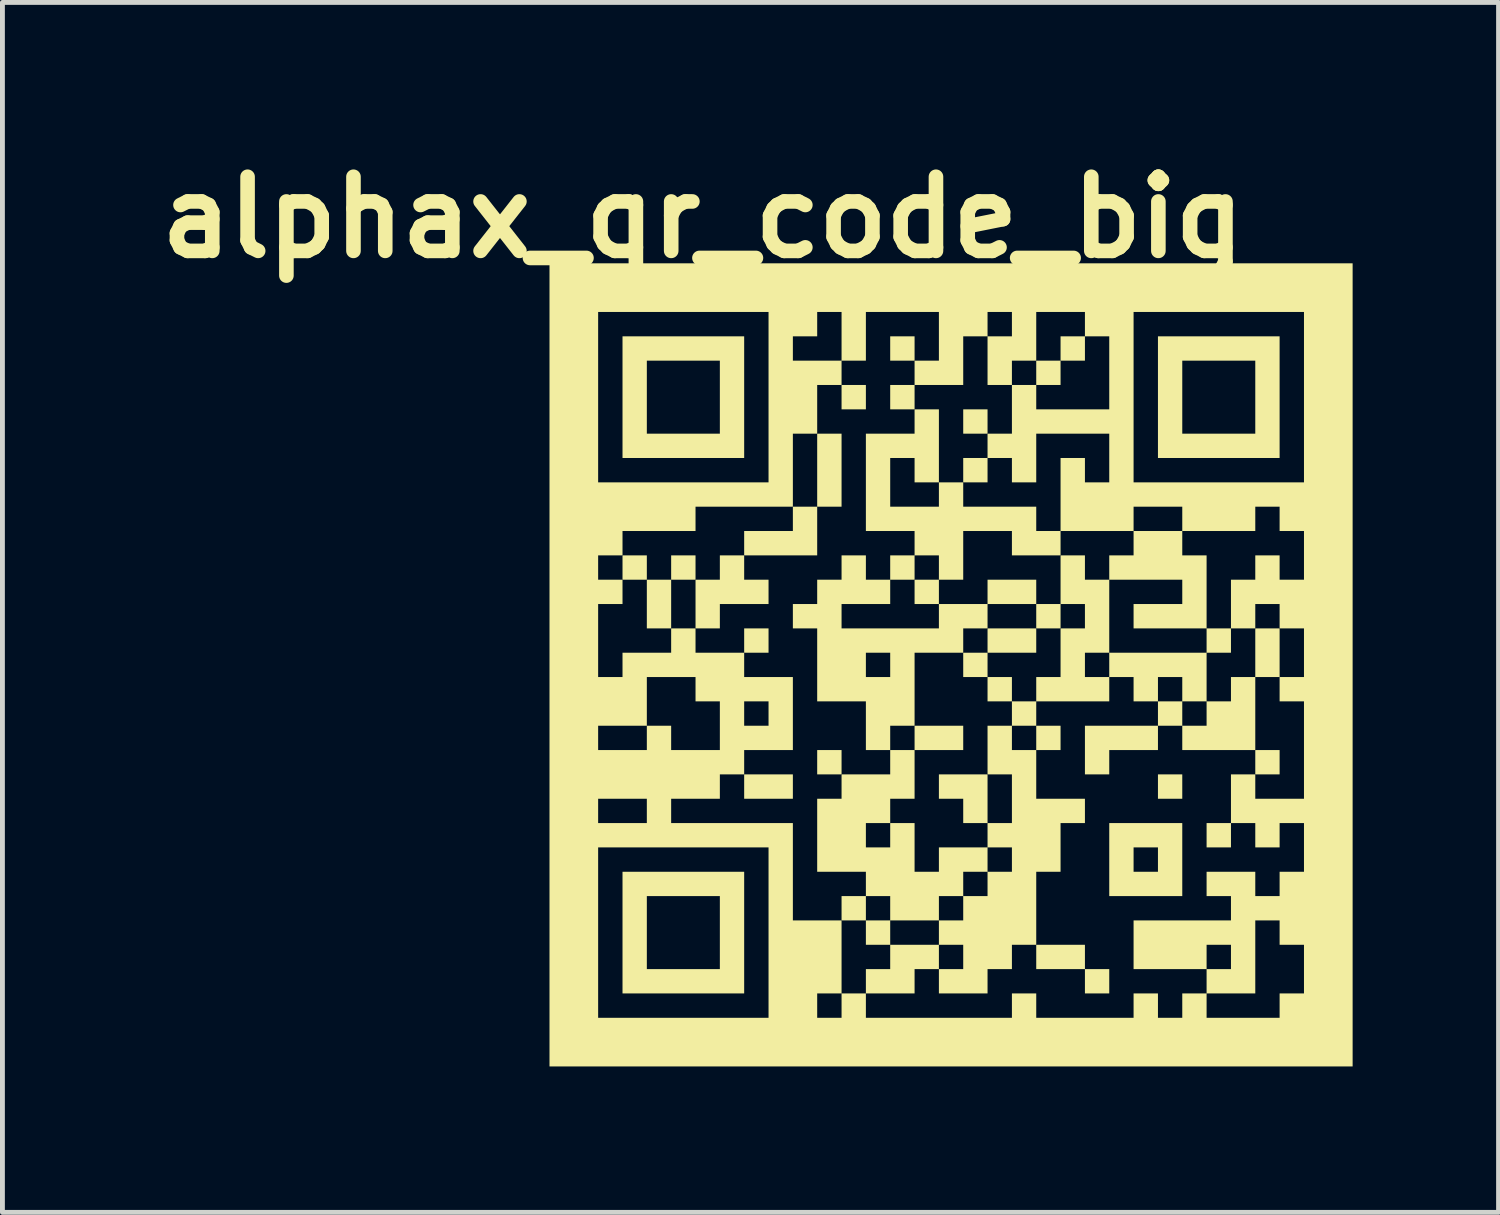
<source format=kicad_pcb>
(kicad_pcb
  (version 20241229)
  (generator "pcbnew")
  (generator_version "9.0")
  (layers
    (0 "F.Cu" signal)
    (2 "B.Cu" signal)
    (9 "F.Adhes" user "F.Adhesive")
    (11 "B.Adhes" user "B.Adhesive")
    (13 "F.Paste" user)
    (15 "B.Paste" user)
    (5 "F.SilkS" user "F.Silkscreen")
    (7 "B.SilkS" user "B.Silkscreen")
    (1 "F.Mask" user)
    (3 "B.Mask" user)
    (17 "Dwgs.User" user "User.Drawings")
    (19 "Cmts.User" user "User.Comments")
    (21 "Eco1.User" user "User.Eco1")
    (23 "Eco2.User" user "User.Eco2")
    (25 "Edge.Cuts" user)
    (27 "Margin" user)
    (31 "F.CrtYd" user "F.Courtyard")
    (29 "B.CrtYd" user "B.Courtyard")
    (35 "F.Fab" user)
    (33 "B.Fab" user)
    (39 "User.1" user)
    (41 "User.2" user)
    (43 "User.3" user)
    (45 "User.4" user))
  (footprint "alphax_qr_code_big"
    (layer "F.Cu")
    (at 16.501 10.618)
    (property "Reference" "alphax_qr_code_big" (at -5.1 -9.2 0) (layer "F.SilkS") (effects (font (size 1.524 1.524) (thickness 0.3))))
    (attr board_only exclude_from_pos_files exclude_from_bom)
    (fp_poly (pts (xy -6.254 -1.751) (xy -6.754 -1.751) (xy -6.754 -2.251) (xy -6.254 -2.251)) (stroke (width 0) (type solid)) (fill yes) (layer "F.SilkS"))
    (fp_poly (pts (xy -5.754 -0.75) (xy -6.254 -0.75) (xy -6.254 -1.751) (xy -5.754 -1.751)) (stroke (width 0) (type solid)) (fill yes) (layer "F.SilkS"))
    (fp_poly (pts (xy -5.253 -1.751) (xy -5.754 -1.751) (xy -5.754 -2.251) (xy -5.253 -2.251)) (stroke (width 0) (type solid)) (fill yes) (layer "F.SilkS"))
    (fp_poly (pts (xy -3.752 -0.25) (xy -4.253 -0.25) (xy -4.253 -0.75) (xy -3.752 -0.75)) (stroke (width 0) (type solid)) (fill yes) (layer "F.SilkS"))
    (fp_poly (pts (xy -3.252 2.752) (xy -4.253 2.752) (xy -4.253 2.251) (xy -3.252 2.251)) (stroke (width 0) (type solid)) (fill yes) (layer "F.SilkS"))
    (fp_poly (pts (xy -2.251 -3.252) (xy -2.752 -3.252) (xy -2.752 -4.753) (xy -2.251 -4.753)) (stroke (width 0) (type solid)) (fill yes) (layer "F.SilkS"))
    (fp_poly (pts (xy -2.251 2.251) (xy -2.752 2.251) (xy -2.752 1.751) (xy -2.251 1.751)) (stroke (width 0) (type solid)) (fill yes) (layer "F.SilkS"))
    (fp_poly (pts (xy -1.751 -5.253) (xy -2.251 -5.253) (xy -2.251 -5.754) (xy -1.751 -5.754)) (stroke (width 0) (type solid)) (fill yes) (layer "F.SilkS"))
    (fp_poly (pts (xy -0.75 -6.254) (xy -1.251 -6.254) (xy -1.251 -6.754) (xy -0.75 -6.754)) (stroke (width 0) (type solid)) (fill yes) (layer "F.SilkS"))
    (fp_poly (pts (xy -0.75 -5.253) (xy -1.251 -5.253) (xy -1.251 -5.754) (xy -0.75 -5.754)) (stroke (width 0) (type solid)) (fill yes) (layer "F.SilkS"))
    (fp_poly (pts (xy -0.25 -1.251) (xy -0.75 -1.251) (xy -0.75 -1.751) (xy -0.25 -1.751)) (stroke (width 0) (type solid)) (fill yes) (layer "F.SilkS"))
    (fp_poly (pts (xy 0.25 1.751) (xy -0.75 1.751) (xy -0.75 1.251) (xy 0.25 1.251)) (stroke (width 0) (type solid)) (fill yes) (layer "F.SilkS"))
    (fp_poly (pts (xy 0.75 -4.753) (xy 0.25 -4.753) (xy 0.25 -5.253) (xy 0.75 -5.253)) (stroke (width 0) (type solid)) (fill yes) (layer "F.SilkS"))
    (fp_poly (pts (xy 0.75 -3.752) (xy 0.25 -3.752) (xy 0.25 -4.253) (xy 0.75 -4.253)) (stroke (width 0) (type solid)) (fill yes) (layer "F.SilkS"))
    (fp_poly (pts (xy 0.75 0.25) (xy 0.25 0.25) (xy 0.25 -0.25) (xy 0.75 -0.25)) (stroke (width 0) (type solid)) (fill yes) (layer "F.SilkS"))
    (fp_poly (pts (xy 1.251 0.75) (xy 0.75 0.75) (xy 0.75 0.25) (xy 1.251 0.25)) (stroke (width 0) (type solid)) (fill yes) (layer "F.SilkS"))
    (fp_poly (pts (xy 1.751 -1.251) (xy 0.75 -1.251) (xy 0.75 -1.751) (xy 1.751 -1.751)) (stroke (width 0) (type solid)) (fill yes) (layer "F.SilkS"))
    (fp_poly (pts (xy 1.751 -0.25) (xy 0.75 -0.25) (xy 0.75 -0.75) (xy 1.751 -0.75)) (stroke (width 0) (type solid)) (fill yes) (layer "F.SilkS"))
    (fp_poly (pts (xy 2.251 -5.754) (xy 1.751 -5.754) (xy 1.751 -6.254) (xy 2.251 -6.254)) (stroke (width 0) (type solid)) (fill yes) (layer "F.SilkS"))
    (fp_poly (pts (xy 2.251 -0.75) (xy 1.751 -0.75) (xy 1.751 -1.251) (xy 2.251 -1.251)) (stroke (width 0) (type solid)) (fill yes) (layer "F.SilkS"))
    (fp_poly (pts (xy 2.251 1.751) (xy 1.751 1.751) (xy 1.751 1.251) (xy 2.251 1.251)) (stroke (width 0) (type solid)) (fill yes) (layer "F.SilkS"))
    (fp_poly (pts (xy 2.752 -6.254) (xy 2.251 -6.254) (xy 2.251 -6.754) (xy 2.752 -6.754)) (stroke (width 0) (type solid)) (fill yes) (layer "F.SilkS"))
    (fp_poly (pts (xy 2.752 6.254) (xy 1.751 6.254) (xy 1.751 5.754) (xy 2.752 5.754)) (stroke (width 0) (type solid)) (fill yes) (layer "F.SilkS"))
    (fp_poly (pts (xy 3.252 6.754) (xy 2.752 6.754) (xy 2.752 6.254) (xy 3.252 6.254)) (stroke (width 0) (type solid)) (fill yes) (layer "F.SilkS"))
    (fp_poly (pts (xy 4.753 2.752) (xy 4.253 2.752) (xy 4.253 2.251) (xy 4.753 2.251)) (stroke (width 0) (type solid)) (fill yes) (layer "F.SilkS"))
    (fp_poly (pts (xy 5.754 3.752) (xy 5.253 3.752) (xy 5.253 3.252) (xy 5.754 3.252)) (stroke (width 0) (type solid)) (fill yes) (layer "F.SilkS"))
    (fp_poly (pts (xy 6.754 0.25) (xy 6.254 0.25) (xy 6.254 -0.75) (xy 6.754 -0.75)) (stroke (width 0) (type solid)) (fill yes) (layer "F.SilkS"))
    (fp_poly (pts (xy 6.754 2.251) (xy 6.254 2.251) (xy 6.254 1.751) (xy 6.754 1.751)) (stroke (width 0) (type solid)) (fill yes) (layer "F.SilkS"))
    (fp_poly (pts (xy -2.752 -2.251) (xy -4.253 -2.251) (xy -4.253 -2.752) (xy -3.252 -2.752) (xy -3.252 -3.252) (xy -2.752 -3.252)) (stroke (width 0) (type solid)) (fill yes) (layer "F.SilkS"))
    (fp_poly (pts (xy 0.75 3.252) (xy 0.25 3.252) (xy 0.25 2.752) (xy -0.25 2.752) (xy -0.25 2.251) (xy 0.75 2.251)) (stroke (width 0) (type solid)) (fill yes) (layer "F.SilkS"))
    (fp_poly (pts (xy 4.253 1.751) (xy 3.252 1.751) (xy 3.252 2.251) (xy 2.752 2.251) (xy 2.752 1.251) (xy 4.253 1.251)) (stroke (width 0) (type solid)) (fill yes) (layer "F.SilkS"))
    (fp_poly (pts (xy -4.253 -1.751) (xy -3.752 -1.751) (xy -3.752 -1.251) (xy -4.753 -1.251) (xy -4.753 -0.75) (xy -5.253 -0.75) (xy -5.253 -1.751) (xy -4.753 -1.751) (xy -4.753 -2.251) (xy -4.253 -2.251)) (stroke (width 0) (type solid)) (fill yes) (layer "F.SilkS"))
    (fp_poly (pts (xy -4.253 -4.253) (xy -6.754 -4.253) (xy -6.754 -4.753) (xy -6.254 -4.753) (xy -4.753 -4.753) (xy -4.753 -6.254) (xy -6.254 -6.254) (xy -6.254 -4.753) (xy -6.754 -4.753) (xy -6.754 -6.754) (xy -4.253 -6.754)) (stroke (width 0) (type solid)) (fill yes) (layer "F.SilkS"))
    (fp_poly (pts (xy -4.253 6.754) (xy -6.754 6.754) (xy -6.754 6.254) (xy -6.254 6.254) (xy -4.753 6.254) (xy -4.753 4.753) (xy -6.254 4.753) (xy -6.254 6.254) (xy -6.754 6.254) (xy -6.754 4.253) (xy -4.253 4.253)) (stroke (width 0) (type solid)) (fill yes) (layer "F.SilkS"))
    (fp_poly (pts (xy 4.753 4.753) (xy 3.252 4.753) (xy 3.252 4.253) (xy 3.752 4.253) (xy 4.253 4.253) (xy 4.253 3.752) (xy 3.752 3.752) (xy 3.752 4.253) (xy 3.252 4.253) (xy 3.252 3.252) (xy 4.753 3.252)) (stroke (width 0) (type solid)) (fill yes) (layer "F.SilkS"))
    (fp_poly (pts (xy 6.754 -4.253) (xy 4.253 -4.253) (xy 4.253 -4.753) (xy 4.753 -4.753) (xy 6.254 -4.753) (xy 6.254 -6.254) (xy 4.753 -6.254) (xy 4.753 -4.753) (xy 4.253 -4.753) (xy 4.253 -6.754) (xy 6.754 -6.754)) (stroke (width 0) (type solid)) (fill yes) (layer "F.SilkS"))
    (fp_poly (pts (xy 4.253 0.75) (xy 4.753 0.75) (xy 4.753 0.25) (xy 4.253 0.25) (xy 4.253 0.75) (xy 3.752 0.75) (xy 3.752 0.25) (xy 3.252 0.25) (xy 3.252 0.75) (xy 1.751 0.75) (xy 1.751 1.251) (xy 1.251 1.251) (xy 1.251 1.751) (xy 1.751 1.751) (xy 1.751 2.752) (xy 2.752 2.752) (xy 2.752 3.252) (xy 2.251 3.252) (xy 2.251 4.253) (xy 1.751 4.253) (xy 1.751 5.754) (xy 1.251 5.754) (xy 1.251 6.254) (xy 0.75 6.254) (xy 0.75 6.754) (xy -0.25 6.754) (xy -0.25 6.254) (xy 0.25 6.254) (xy 0.25 5.754) (xy -0.25 5.754) (xy -0.25 6.254) (xy -0.75 6.254) (xy -0.75 6.754) (xy -1.751 6.754) (xy -1.751 6.254) (xy -1.251 6.254) (xy -1.251 5.754) (xy -0.25 5.754) (xy -0.25 5.253) (xy 0.25 5.253) (xy 0.25 4.753) (xy 0.75 4.753) (xy 0.75 4.253) (xy 1.251 4.253) (xy 1.251 3.752) (xy 0.75 3.752) (xy 0.75 4.253) (xy 0.25 4.253) (xy 0.25 4.753) (xy -0.25 4.753) (xy -0.25 5.253) (xy -1.251 5.253) (xy -1.251 5.754) (xy -1.751 5.754) (xy -1.751 5.253) (xy -1.251 5.253) (xy -1.251 4.753) (xy -1.751 4.753) (xy -1.751 5.253) (xy -2.251 5.253) (xy -2.251 4.753) (xy -1.751 4.753) (xy -1.751 4.253) (xy -2.752 4.253) (xy -2.752 3.752) (xy -1.751 3.752) (xy -1.251 3.752) (xy -1.251 3.252) (xy -1.751 3.252) (xy -1.751 3.752) (xy -2.752 3.752) (xy -2.752 2.752) (xy -2.251 2.752) (xy -2.251 2.251) (xy -1.251 2.251) (xy -1.251 1.751) (xy -1.751 1.751) (xy -1.751 0.75) (xy -2.752 0.75) (xy -2.752 0.25) (xy -1.751 0.25) (xy -1.251 0.25) (xy -1.251 -0.25) (xy -1.751 -0.25) (xy -1.751 0.25) (xy -2.752 0.25) (xy -2.752 -0.75) (xy -2.251 -0.75) (xy -0.25 -0.75) (xy -0.25 -1.251) (xy 0.75 -1.251) (xy 0.75 -0.75) (xy 0.25 -0.75) (xy 0.25 -0.25) (xy -0.75 -0.25) (xy -0.75 1.251) (xy -1.251 1.251) (xy -1.251 1.751) (xy -0.75 1.751) (xy -0.75 2.752) (xy -1.251 2.752) (xy -1.251 3.252) (xy -0.75 3.252) (xy -0.75 4.253) (xy -0.25 4.253) (xy -0.25 3.752) (xy 0.75 3.752) (xy 0.75 3.252) (xy 1.251 3.252) (xy 1.251 2.251) (xy 0.75 2.251) (xy 0.75 1.251) (xy 1.251 1.251) (xy 1.251 0.75) (xy 1.751 0.75) (xy 1.751 0.25) (xy 2.251 0.25) (xy 2.752 0.25) (xy 3.252 0.25) (xy 3.252 -0.25) (xy 5.253 -0.25) (xy 5.253 -0.75) (xy 3.752 -0.75) (xy 3.752 -1.251) (xy 4.753 -1.251) (xy 4.753 -1.751) (xy 3.252 -1.751) (xy 3.252 -0.25) (xy 2.752 -0.25) (xy 2.752 0.25) (xy 2.251 0.25) (xy 2.251 -0.75) (xy 2.752 -0.75) (xy 2.752 -1.251) (xy 2.251 -1.251) (xy 2.251 -2.251) (xy 1.251 -2.251) (xy 1.251 -2.752) (xy 0.25 -2.752) (xy 0.25 -1.751) (xy -0.25 -1.751) (xy -0.25 -2.251) (xy -0.75 -2.251) (xy -0.75 -1.751) (xy -1.251 -1.751) (xy -1.251 -1.251) (xy -2.251 -1.251) (xy -2.251 -0.75) (xy -2.752 -0.75) (xy -3.252 -0.75) (xy -3.252 -1.251) (xy -2.752 -1.251) (xy -2.752 -1.751) (xy -2.251 -1.751) (xy -2.251 -2.251) (xy -1.751 -2.251) (xy -1.751 -1.751) (xy -1.251 -1.751) (xy -1.251 -2.251) (xy -0.75 -2.251) (xy -0.75 -2.752) (xy -1.751 -2.752) (xy -1.751 -3.252) (xy -1.251 -3.252) (xy -0.25 -3.252) (xy -0.25 -3.752) (xy -0.75 -3.752) (xy -0.75 -4.253) (xy -1.251 -4.253) (xy -1.251 -3.252) (xy -1.751 -3.252) (xy -1.751 -4.753) (xy -0.75 -4.753) (xy -0.75 -5.253) (xy -0.25 -5.253) (xy -0.25 -3.752) (xy 0.25 -3.752) (xy 0.25 -3.252) (xy 1.751 -3.252) (xy 1.751 -2.752) (xy 2.251 -2.752) (xy 2.251 -2.251) (xy 2.752 -2.251) (xy 2.752 -1.751) (xy 3.252 -1.751) (xy 3.252 -2.251) (xy 3.752 -2.251) (xy 3.752 -2.752) (xy 4.753 -2.752) (xy 4.753 -2.251) (xy 5.253 -2.251) (xy 5.253 -0.75) (xy 5.754 -0.75) (xy 5.754 -0.25) (xy 5.253 -0.25) (xy 5.253 0.75) (xy 5.754 0.75) (xy 5.754 0.25) (xy 6.254 0.25) (xy 6.254 1.751) (xy 4.753 1.751) (xy 4.753 1.251) (xy 5.253 1.251) (xy 5.253 0.75) (xy 4.753 0.75) (xy 4.753 1.251) (xy 4.253 1.251)) (stroke (width 0) (type solid)) (fill yes) (layer "F.SilkS"))
    (fp_poly (pts (xy 8.255 8.255) (xy -8.255 8.255) (xy -8.255 7.255) (xy -7.255 7.255) (xy -3.752 7.255) (xy -2.752 7.255) (xy -2.251 7.255) (xy -2.251 6.754) (xy -2.752 6.754) (xy -2.752 7.255) (xy -3.752 7.255) (xy -3.752 3.752) (xy -7.255 3.752) (xy -7.255 7.255) (xy -8.255 7.255) (xy -8.255 3.252) (xy -7.255 3.252) (xy -6.254 3.252) (xy -6.254 2.752) (xy -7.255 2.752) (xy -7.255 3.252) (xy -8.255 3.252) (xy -8.255 1.751) (xy -7.255 1.751) (xy -6.254 1.751) (xy -6.254 1.251) (xy -5.754 1.251) (xy -5.754 1.751) (xy -4.753 1.751) (xy -4.753 1.251) (xy -4.253 1.251) (xy -3.752 1.251) (xy -3.752 0.75) (xy -4.253 0.75) (xy -4.253 1.251) (xy -4.753 1.251) (xy -4.753 0.75) (xy -5.253 0.75) (xy -5.253 0.25) (xy -6.254 0.25) (xy -6.254 1.251) (xy -7.255 1.251) (xy -7.255 1.751) (xy -8.255 1.751) (xy -8.255 0.25) (xy -7.255 0.25) (xy -6.754 0.25) (xy -6.754 -0.25) (xy -5.754 -0.25) (xy -5.754 -0.75) (xy -5.253 -0.75) (xy -5.253 -0.25) (xy -4.253 -0.25) (xy -4.253 0.25) (xy -3.252 0.25) (xy -3.252 1.751) (xy -4.253 1.751) (xy -4.253 2.251) (xy -4.753 2.251) (xy -4.753 2.752) (xy -5.754 2.752) (xy -5.754 3.252) (xy -3.252 3.252) (xy -3.252 5.253) (xy -2.251 5.253) (xy -2.251 6.754) (xy -1.751 6.754) (xy -1.751 7.255) (xy 1.251 7.255) (xy 1.251 6.754) (xy 1.751 6.754) (xy 1.751 7.255) (xy 3.752 7.255) (xy 3.752 6.754) (xy 4.253 6.754) (xy 4.253 7.255) (xy 4.753 7.255) (xy 5.253 7.255) (xy 6.754 7.255) (xy 6.754 6.754) (xy 7.255 6.754) (xy 7.255 5.754) (xy 6.754 5.754) (xy 6.754 5.253) (xy 6.254 5.253) (xy 6.254 6.754) (xy 5.253 6.754) (xy 5.253 7.255) (xy 4.753 7.255) (xy 4.753 6.754) (xy 5.253 6.754) (xy 5.253 6.254) (xy 5.754 6.254) (xy 5.754 5.754) (xy 5.253 5.754) (xy 5.253 6.254) (xy 3.752 6.254) (xy 3.752 5.253) (xy 5.754 5.253) (xy 5.754 4.753) (xy 5.253 4.753) (xy 5.253 4.253) (xy 6.254 4.253) (xy 6.254 4.753) (xy 6.754 4.753) (xy 6.754 4.253) (xy 7.255 4.253) (xy 7.255 3.252) (xy 6.754 3.252) (xy 6.754 3.752) (xy 6.254 3.752) (xy 6.254 3.252) (xy 5.754 3.252) (xy 5.754 2.251) (xy 6.254 2.251) (xy 6.254 2.752) (xy 7.255 2.752) (xy 7.255 0.75) (xy 6.754 0.75) (xy 6.754 0.25) (xy 7.255 0.25) (xy 7.255 -0.75) (xy 6.754 -0.75) (xy 6.754 -1.251) (xy 6.254 -1.251) (xy 6.254 -0.75) (xy 5.754 -0.75) (xy 5.754 -1.751) (xy 6.254 -1.751) (xy 6.254 -2.251) (xy 6.754 -2.251) (xy 6.754 -1.751) (xy 7.255 -1.751) (xy 7.255 -2.752) (xy 6.754 -2.752) (xy 6.754 -3.252) (xy 6.254 -3.252) (xy 6.254 -2.752) (xy 4.753 -2.752) (xy 4.753 -3.252) (xy 3.752 -3.252) (xy 3.752 -2.752) (xy 2.251 -2.752) (xy 2.251 -4.253) (xy 2.752 -4.253) (xy 2.752 -3.752) (xy 3.252 -3.752) (xy 3.752 -3.752) (xy 7.255 -3.752) (xy 7.255 -7.255) (xy 3.752 -7.255) (xy 3.752 -3.752) (xy 3.252 -3.752) (xy 3.252 -4.753) (xy 1.751 -4.753) (xy 1.751 -3.752) (xy 1.251 -3.752) (xy 1.251 -4.253) (xy 0.75 -4.253) (xy 0.75 -4.753) (xy 1.251 -4.753) (xy 1.251 -5.754) (xy 1.751 -5.754) (xy 1.751 -5.253) (xy 3.252 -5.253) (xy 3.252 -6.754) (xy 2.752 -6.754) (xy 2.752 -7.255) (xy 1.751 -7.255) (xy 1.751 -6.254) (xy 1.251 -6.254) (xy 1.251 -5.754) (xy 0.75 -5.754) (xy 0.75 -6.754) (xy 1.251 -6.754) (xy 1.251 -7.255) (xy 0.75 -7.255) (xy 0.75 -6.754) (xy 0.25 -6.754) (xy 0.25 -5.754) (xy -0.75 -5.754) (xy -0.75 -6.254) (xy -0.25 -6.254) (xy -0.25 -7.255) (xy -1.751 -7.255) (xy -1.751 -6.254) (xy -2.251 -6.254) (xy -2.251 -5.754) (xy -2.752 -5.754) (xy -2.752 -4.753) (xy -3.252 -4.753) (xy -3.252 -3.252) (xy -5.253 -3.252) (xy -5.253 -2.752) (xy -6.754 -2.752) (xy -6.754 -2.251) (xy -7.255 -2.251) (xy -7.255 -1.751) (xy -6.754 -1.751) (xy -6.754 -1.251) (xy -7.255 -1.251) (xy -7.255 0.25) (xy -8.255 0.25) (xy -8.255 -3.752) (xy -7.255 -3.752) (xy -3.752 -3.752) (xy -3.752 -6.254) (xy -3.252 -6.254) (xy -2.251 -6.254) (xy -2.251 -7.255) (xy -2.752 -7.255) (xy -2.752 -6.754) (xy -3.252 -6.754) (xy -3.252 -6.254) (xy -3.752 -6.254) (xy -3.752 -7.255) (xy -7.255 -7.255) (xy -7.255 -3.752) (xy -8.255 -3.752) (xy -8.255 -8.255) (xy 8.255 -8.255)) (stroke (width 0) (type solid)) (fill yes) (layer "F.SilkS")))
  (gr_rect
    (start -3 -3)
    (end 27.756 21.873)
    (stroke (width 0.1) (type default))
    (fill no)
    (layer "Edge.Cuts")))
</source>
